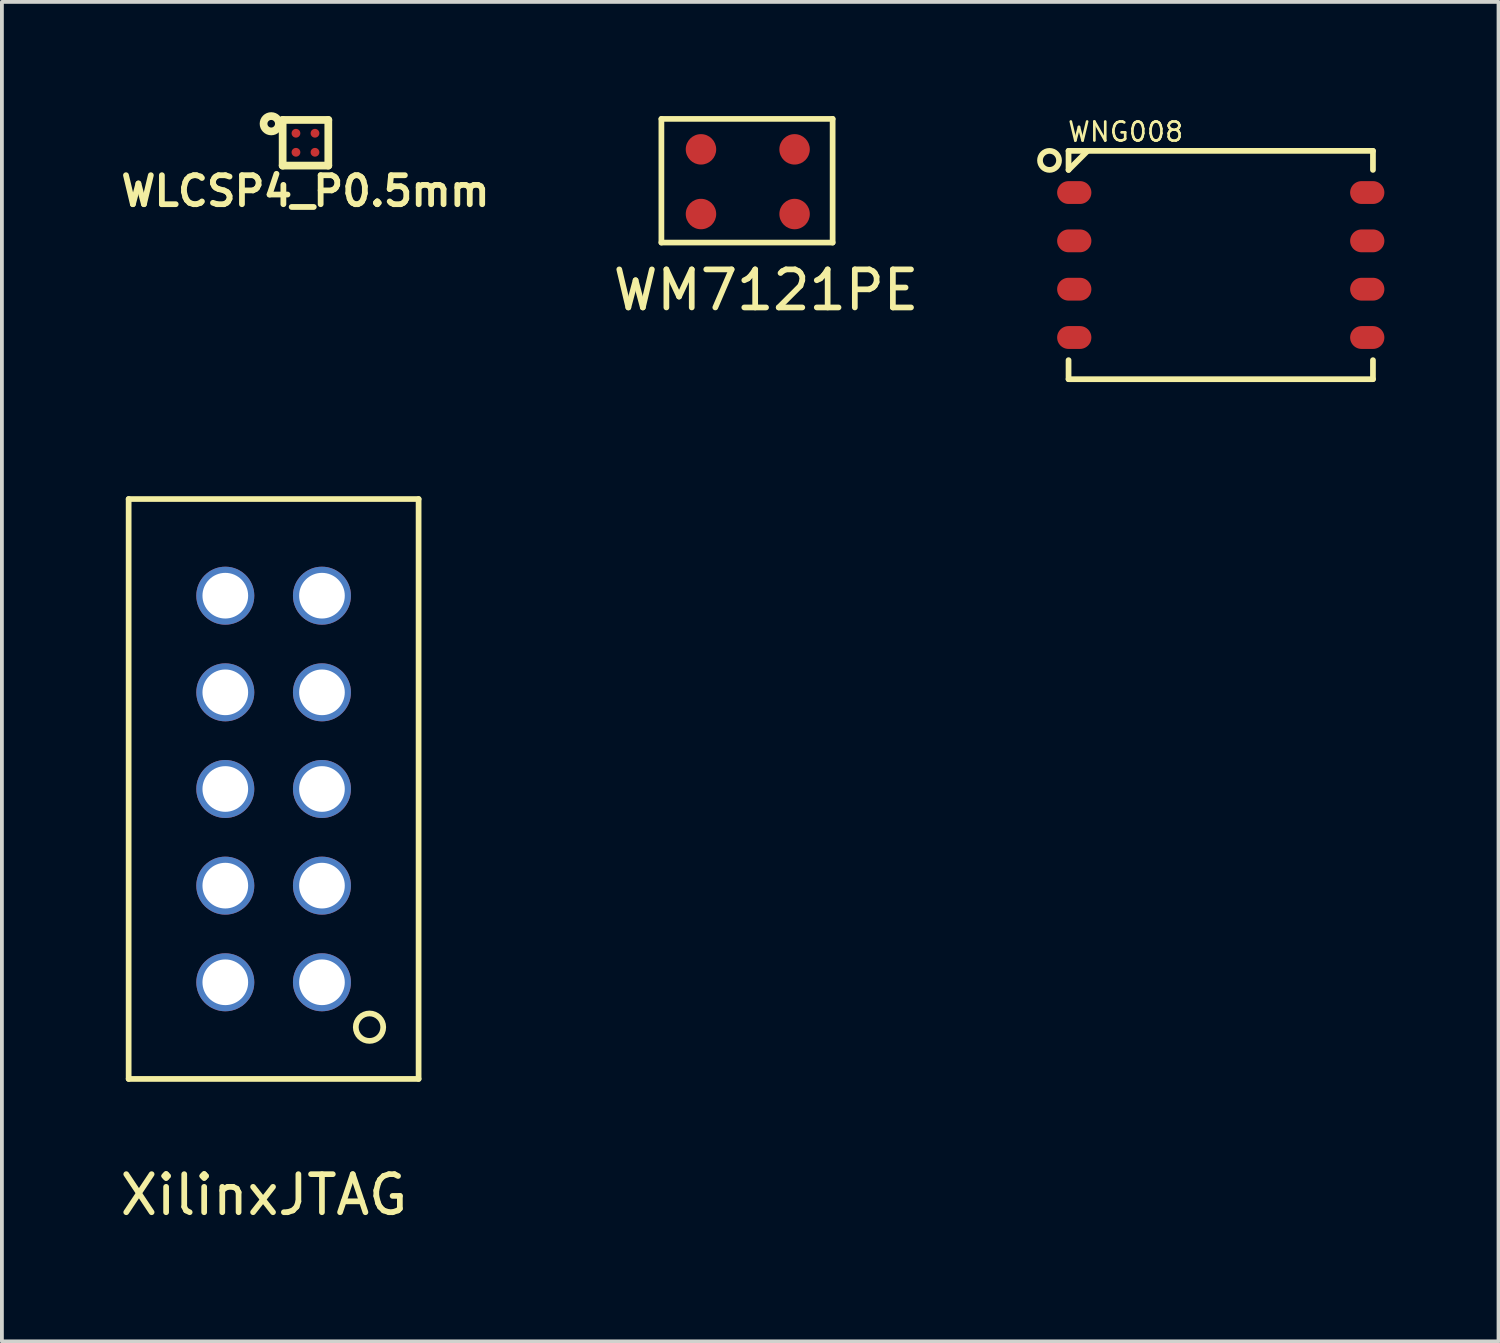
<source format=kicad_pcb>
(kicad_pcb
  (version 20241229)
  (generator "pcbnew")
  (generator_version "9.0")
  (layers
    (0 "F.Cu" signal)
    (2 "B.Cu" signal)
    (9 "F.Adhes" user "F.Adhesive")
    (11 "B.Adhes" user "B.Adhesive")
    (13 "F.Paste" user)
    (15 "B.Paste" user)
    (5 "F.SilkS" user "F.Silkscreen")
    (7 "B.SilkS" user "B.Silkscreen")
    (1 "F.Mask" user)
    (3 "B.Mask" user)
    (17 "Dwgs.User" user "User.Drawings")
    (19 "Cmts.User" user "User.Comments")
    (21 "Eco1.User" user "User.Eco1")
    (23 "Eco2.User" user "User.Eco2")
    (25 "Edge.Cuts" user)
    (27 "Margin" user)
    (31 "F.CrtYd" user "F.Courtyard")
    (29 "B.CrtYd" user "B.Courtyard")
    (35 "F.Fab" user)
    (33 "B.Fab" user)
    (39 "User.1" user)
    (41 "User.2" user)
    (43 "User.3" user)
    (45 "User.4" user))
  (footprint "WM7121PE"
    (layer "F.Cu")
    (at 17.832 2.575)
    (property "Reference" "WM7121PE" (at -0.75 2 0) (layer "F.SilkS") (effects (font (size 1 1) (thickness 0.15))))
    (attr through_hole)
    (fp_line (start -3.5 -2.5) (end -3.5 0.75) (stroke (width 0.15) (type solid)) (layer "F.SilkS"))
    (fp_line (start -3.5 0.75) (end 1 0.75) (stroke (width 0.15) (type solid)) (layer "F.SilkS"))
    (fp_line (start 1 -2.5) (end -3.5 -2.5) (stroke (width 0.15) (type solid)) (layer "F.SilkS"))
    (fp_line (start 1 0.75) (end 1 -2.5) (stroke (width 0.15) (type solid)) (layer "F.SilkS"))
    (pad "1" smd circle (at -2.46 -1.7) (size 0.8 0.8) (layers "F.Cu" "F.Mask" "F.Paste"))
    (pad "2" smd circle (at 0 -1.7) (size 0.8 0.8) (layers "F.Cu" "F.Mask" "F.Paste"))
    (pad "3" smd circle (at 0 0) (size 0.8 0.8) (layers "F.Cu" "F.Mask" "F.Paste"))
    (pad "4" smd circle (at -2.46 0) (size 0.8 0.8) (layers "F.Cu" "F.Mask" "F.Paste")))
  (footprint "WNG008"
    (layer "F.Cu")
    (at 29.032 3.915)
    (property "Reference" "WNG008" (at -2.5 -3.5 0) (layer "F.SilkS") (effects (font (size 0.5 0.5) (thickness 0.07))))
    (attr through_hole)
    (fp_line (start -4 -3) (end -4 -2.5) (stroke (width 0.15) (type solid)) (layer "F.SilkS"))
    (fp_line (start -4 -3) (end 4 -3) (stroke (width 0.15) (type solid)) (layer "F.SilkS"))
    (fp_line (start -4 -2.5) (end -3.5 -3) (stroke (width 0.15) (type solid)) (layer "F.SilkS"))
    (fp_line (start -4 2.5) (end -4 3) (stroke (width 0.15) (type solid)) (layer "F.SilkS"))
    (fp_line (start -4 3) (end 4 3) (stroke (width 0.15) (type solid)) (layer "F.SilkS"))
    (fp_line (start 4 -3) (end 4 -2.5) (stroke (width 0.15) (type solid)) (layer "F.SilkS"))
    (fp_line (start 4 2.5) (end 4 3) (stroke (width 0.15) (type solid)) (layer "F.SilkS"))
    (fp_circle (center -4.5 -2.75) (end -4.25 -2.75) (stroke (width 0.15) (type solid)) (fill no) (layer "F.SilkS"))
    (pad "1" smd oval (at -3.85 -1.905) (size 0.9 0.6) (layers "F.Cu" "F.Mask" "F.Paste"))
    (pad "2" smd oval (at -3.85 -0.635) (size 0.9 0.6) (layers "F.Cu" "F.Mask" "F.Paste"))
    (pad "3" smd oval (at -3.85 0.635) (size 0.9 0.6) (layers "F.Cu" "F.Mask" "F.Paste"))
    (pad "4" smd oval (at -3.85 1.905) (size 0.9 0.6) (layers "F.Cu" "F.Mask" "F.Paste"))
    (pad "5" smd oval (at 3.85 1.905) (size 0.9 0.6) (layers "F.Cu" "F.Mask" "F.Paste"))
    (pad "6" smd oval (at 3.85 0.635) (size 0.9 0.6) (layers "F.Cu" "F.Mask" "F.Paste"))
    (pad "7" smd oval (at 3.85 -0.635) (size 0.9 0.6) (layers "F.Cu" "F.Mask" "F.Paste"))
    (pad "8" smd oval (at 3.85 -1.905) (size 0.9 0.6) (layers "F.Cu" "F.Mask" "F.Paste")))
  (footprint "WLCSP4_P0.5mm"
    (layer "F.Cu")
    (at 4.978 0.702)
    (property "Reference" "WLCSP4_P0.5mm" (at 0 1.27 0) (layer "F.SilkS") (effects (font (size 0.762 0.762) (thickness 0.152))))
    (attr smd)
    (fp_line (start -0.6 -0.6) (end -0.6 0.6) (stroke (width 0.203) (type solid)) (layer "F.SilkS"))
    (fp_line (start -0.6 0.6) (end 0.6 0.6) (stroke (width 0.203) (type solid)) (layer "F.SilkS"))
    (fp_line (start 0.6 -0.6) (end -0.6 -0.6) (stroke (width 0.203) (type solid)) (layer "F.SilkS"))
    (fp_line (start 0.6 0.6) (end 0.6 -0.6) (stroke (width 0.203) (type solid)) (layer "F.SilkS"))
    (fp_circle (center -0.9 -0.5) (end -0.8 -0.5) (stroke (width 0.203) (type solid)) (fill no) (layer "F.SilkS"))
    (pad "A1" smd circle (at -0.25 -0.25) (size 0.23 0.23) (layers "F.Cu" "F.Mask" "F.Paste"))
    (pad "A2" smd circle (at 0.25 -0.25) (size 0.23 0.23) (layers "F.Cu" "F.Mask" "F.Paste"))
    (pad "B1" smd circle (at -0.25 0.25) (size 0.23 0.23) (layers "F.Cu" "F.Mask" "F.Paste"))
    (pad "B2" smd circle (at 0.25 0.25) (size 0.23 0.23) (layers "F.Cu" "F.Mask" "F.Paste")))
  (footprint "XilinxJTAG"
    (layer "F.Cu")
    (at 5.411 15.145)
    (property "Reference" "XilinxJTAG" (at -1.524 13.208 0) (layer "F.SilkS") (effects (font (size 1 1) (thickness 0.15))))
    (attr through_hole)
    (fp_line (start -5.08 -5.08) (end -5.08 10.16) (stroke (width 0.15) (type solid)) (layer "F.SilkS"))
    (fp_line (start -5.08 -5.08) (end 2.54 -5.08) (stroke (width 0.15) (type solid)) (layer "F.SilkS"))
    (fp_line (start -5.08 10.16) (end 2.54 10.16) (stroke (width 0.15) (type solid)) (layer "F.SilkS"))
    (fp_line (start 2.54 10.16) (end 2.54 -5.08) (stroke (width 0.15) (type solid)) (layer "F.SilkS"))
    (fp_circle (center 1.25 8.8) (end 1.45 9.1) (stroke (width 0.15) (type solid)) (fill no) (layer "F.SilkS"))
    (pad "1" thru_hole circle (at 0 7.62) (size 1.524 1.524) (drill 1.2) (layers "*.Cu" "*.Mask"))
    (pad "2" thru_hole circle (at -2.54 7.62) (size 1.524 1.524) (drill 1.2) (layers "*.Cu" "*.Mask"))
    (pad "3" thru_hole circle (at 0 5.08) (size 1.524 1.524) (drill 1.2) (layers "*.Cu" "*.Mask"))
    (pad "4" thru_hole circle (at -2.54 5.08) (size 1.524 1.524) (drill 1.2) (layers "*.Cu" "*.Mask"))
    (pad "5" thru_hole circle (at 0 2.54) (size 1.524 1.524) (drill 1.2) (layers "*.Cu" "*.Mask"))
    (pad "6" thru_hole circle (at -2.54 2.54) (size 1.524 1.524) (drill 1.2) (layers "*.Cu" "*.Mask"))
    (pad "7" thru_hole circle (at 0 0) (size 1.524 1.524) (drill 1.2) (layers "*.Cu" "*.Mask"))
    (pad "8" thru_hole circle (at -2.54 0) (size 1.524 1.524) (drill 1.2) (layers "*.Cu" "*.Mask"))
    (pad "9" thru_hole circle (at 0 -2.54) (size 1.524 1.524) (drill 1.2) (layers "*.Cu" "*.Mask"))
    (pad "10" thru_hole circle (at -2.54 -2.54) (size 1.524 1.524) (drill 1.2) (layers "*.Cu" "*.Mask")))
  (gr_rect
    (start -3 -3)
    (end 36.332 32.202)
    (stroke (width 0.1) (type default))
    (fill no)
    (layer "Edge.Cuts")))
</source>
